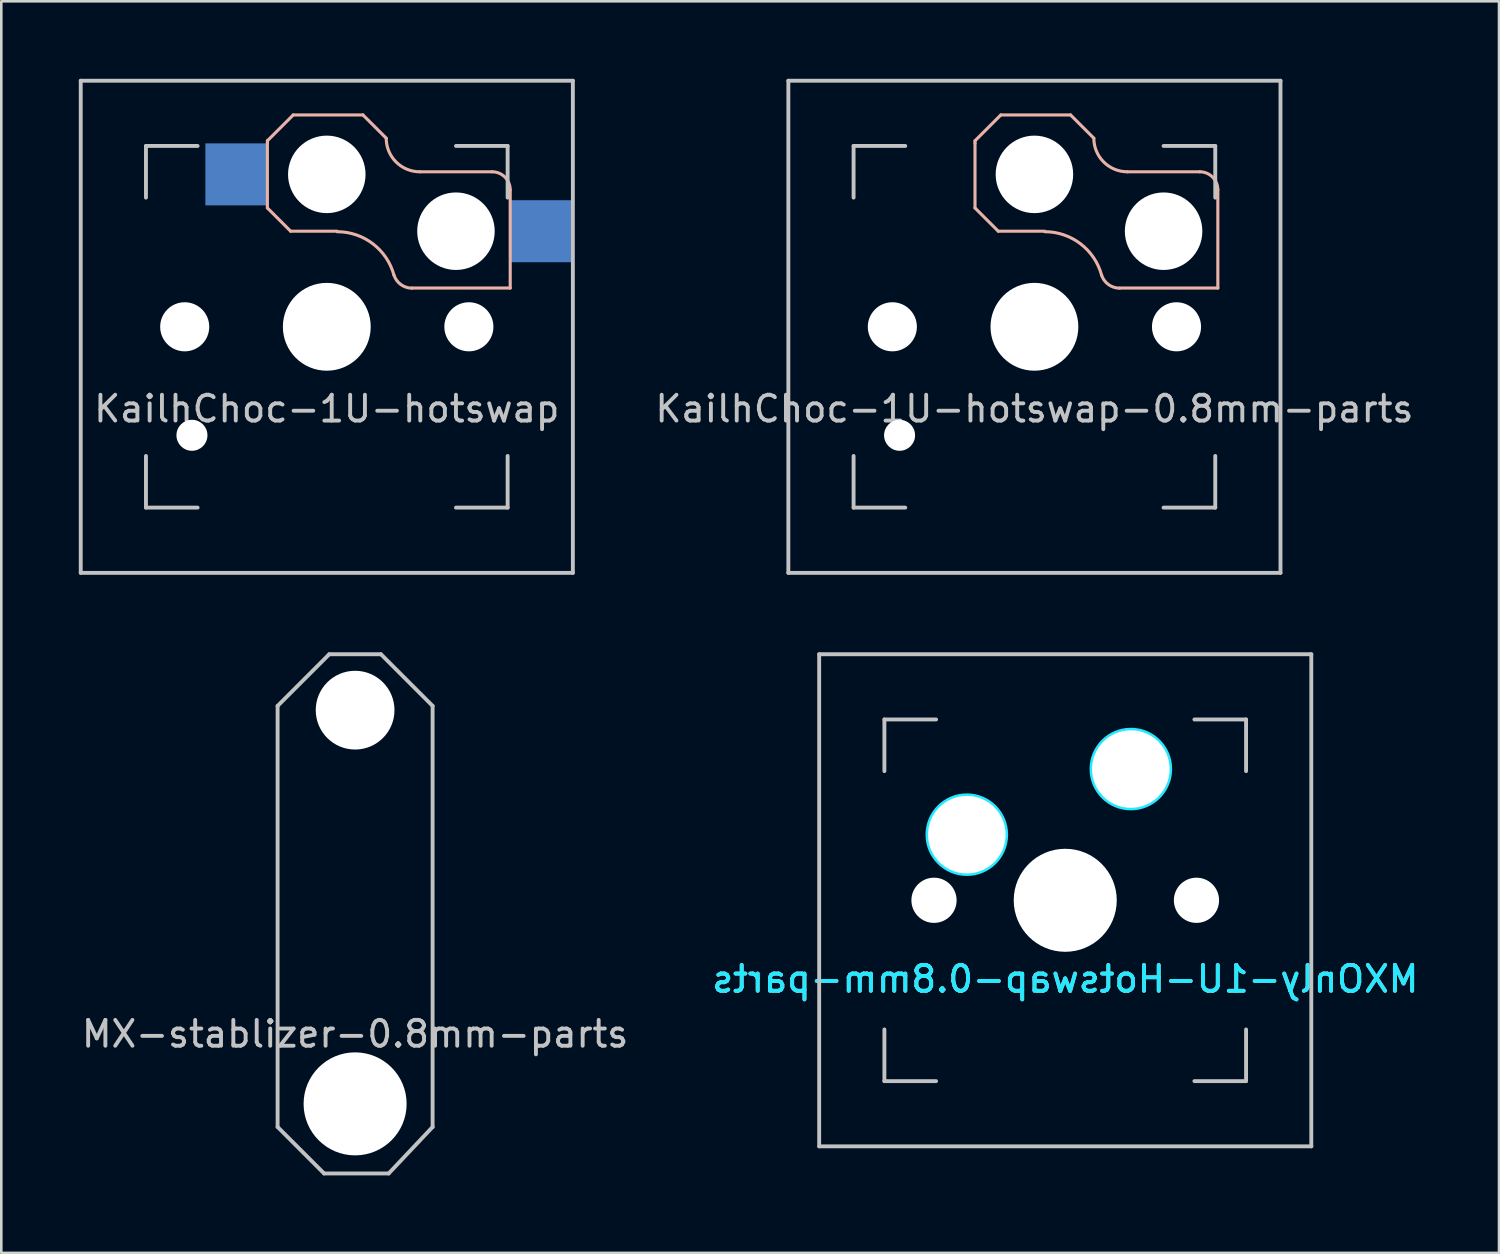
<source format=kicad_pcb>
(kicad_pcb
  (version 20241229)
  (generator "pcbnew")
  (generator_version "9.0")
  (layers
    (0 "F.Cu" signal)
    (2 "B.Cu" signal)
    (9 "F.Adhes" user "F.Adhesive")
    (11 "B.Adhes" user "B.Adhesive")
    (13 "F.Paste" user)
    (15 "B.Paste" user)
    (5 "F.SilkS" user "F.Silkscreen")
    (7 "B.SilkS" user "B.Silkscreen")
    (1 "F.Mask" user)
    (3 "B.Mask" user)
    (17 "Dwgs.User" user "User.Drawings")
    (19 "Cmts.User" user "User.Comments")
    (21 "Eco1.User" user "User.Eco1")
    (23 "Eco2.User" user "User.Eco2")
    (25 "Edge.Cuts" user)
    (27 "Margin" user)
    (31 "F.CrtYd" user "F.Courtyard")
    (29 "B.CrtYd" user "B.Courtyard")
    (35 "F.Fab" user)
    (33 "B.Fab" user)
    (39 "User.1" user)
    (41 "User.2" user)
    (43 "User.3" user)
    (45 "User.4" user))
  (footprint "KailhChoc-1U-hotswap"
    (layer "F.Cu")
    (at 9.6 9.6)
    (property "Reference" "KailhChoc-1U-hotswap" (at 0 3.175 0) (layer "Dwgs.User") (effects (font (size 1 1) (thickness 0.15))))
    (attr through_hole)
    (fp_line (start -2.3 -7.2) (end -1.3 -8.2) (stroke (width 0.12) (type solid)) (layer "B.SilkS"))
    (fp_line (start -2.3 -7.1) (end -2.3 -7.2) (stroke (width 0.12) (type solid)) (layer "B.SilkS"))
    (fp_line (start -2.3 -4.6) (end -2.3 -7.1) (stroke (width 0.12) (type solid)) (layer "B.SilkS"))
    (fp_line (start -1.4 -3.7) (end -2.3 -4.6) (stroke (width 0.12) (type solid)) (layer "B.SilkS"))
    (fp_line (start -1.3 -8.2) (end 1.4 -8.2) (stroke (width 0.12) (type solid)) (layer "B.SilkS"))
    (fp_line (start 0.4 -3.7) (end -1.4 -3.7) (stroke (width 0.12) (type solid)) (layer "B.SilkS"))
    (fp_line (start 1.4 -8.2) (end 2.3 -7.3) (stroke (width 0.12) (type solid)) (layer "B.SilkS"))
    (fp_line (start 3.6 -6) (end 6.4 -6) (stroke (width 0.12) (type solid)) (layer "B.SilkS"))
    (fp_line (start 7.1 -5.3) (end 7.1 -1.5) (stroke (width 0.12) (type solid)) (layer "B.SilkS"))
    (fp_line (start 7.1 -1.5) (end 3.3 -1.5) (stroke (width 0.12) (type solid)) (layer "B.SilkS"))
    (fp_arc (start 0.4 -3.681194) (mid 1.784414 -3.21278) (end 2.6 -2) (stroke (width 0.12) (type solid)) (layer "B.SilkS"))
    (fp_arc (start 3.3 -1.4949) (mid 2.868397 -1.634359) (end 2.6 -2) (stroke (width 0.12) (type solid)) (layer "B.SilkS"))
    (fp_arc (start 3.6 -6) (mid 2.680761 -6.380761) (end 2.3 -7.3) (stroke (width 0.12) (type solid)) (layer "B.SilkS"))
    (fp_arc (start 6.4 -6) (mid 6.894975 -5.794975) (end 7.1 -5.3) (stroke (width 0.12) (type solid)) (layer "B.SilkS"))
    (fp_line (start -9.525 -9.525) (end 9.525 -9.525) (stroke (width 0.15) (type solid)) (layer "Dwgs.User"))
    (fp_line (start -9.525 9.525) (end -9.525 -9.525) (stroke (width 0.15) (type solid)) (layer "Dwgs.User"))
    (fp_line (start -7 -7) (end -7 -5) (stroke (width 0.15) (type solid)) (layer "Dwgs.User"))
    (fp_line (start -7 5) (end -7 7) (stroke (width 0.15) (type solid)) (layer "Dwgs.User"))
    (fp_line (start -7 7) (end -5 7) (stroke (width 0.15) (type solid)) (layer "Dwgs.User"))
    (fp_line (start -5 -7) (end -7 -7) (stroke (width 0.15) (type solid)) (layer "Dwgs.User"))
    (fp_line (start 5 -7) (end 7 -7) (stroke (width 0.15) (type solid)) (layer "Dwgs.User"))
    (fp_line (start 5 7) (end 7 7) (stroke (width 0.15) (type solid)) (layer "Dwgs.User"))
    (fp_line (start 7 -7) (end 7 -5) (stroke (width 0.15) (type solid)) (layer "Dwgs.User"))
    (fp_line (start 7 7) (end 7 5) (stroke (width 0.15) (type solid)) (layer "Dwgs.User"))
    (fp_line (start 9.525 -9.525) (end 9.525 9.525) (stroke (width 0.15) (type solid)) (layer "Dwgs.User"))
    (fp_line (start 9.525 9.525) (end -9.525 9.525) (stroke (width 0.15) (type solid)) (layer "Dwgs.User"))
    (pad "" np_thru_hole circle (at -5.5 0 48.1) (size 1.9 1.9) (drill 1.9) (layers "*.Cu" "*.Mask"))
    (pad "" np_thru_hole circle (at -5.22 4.2) (size 1.2 1.2) (drill 1.2) (layers "*.Cu" "*.Mask"))
    (pad "" np_thru_hole circle (at 0 -5.9) (size 3 3) (drill 3) (layers "*.Cu" "*.Mask"))
    (pad "" np_thru_hole circle (at 0 0) (size 3.4 3.4) (drill 3.4) (layers "*.Cu" "*.Mask"))
    (pad "" np_thru_hole circle (at 5 -3.7) (size 3 3) (drill 3) (layers "*.Cu" "*.Mask"))
    (pad "" np_thru_hole circle (at 5.5 0 48.1) (size 1.9 1.9) (drill 1.9) (layers "*.Cu" "*.Mask"))
    (pad "1" smd rect (at 8.3 -3.7) (size 2.4 2.4) (layers "B.Cu" "B.Mask" "B.Paste"))
    (pad "2" smd rect (at -3.5 -5.9) (size 2.4 2.4) (layers "B.Cu" "B.Mask" "B.Paste")))
  (footprint "MXOnly-1U-Hotswap-0.8mm-parts"
    (layer "F.Cu")
    (at 38.185 31.8)
    (property "Reference" "MXOnly-1U-Hotswap-0.8mm-parts" (at 0 3.048 0) (layer "B.CrtYd") (effects (font (size 1 1) (thickness 0.15)) (justify mirror)))
    (attr smd)
    (fp_line (start -9.525 -9.525) (end 9.525 -9.525) (stroke (width 0.15) (type solid)) (layer "Dwgs.User"))
    (fp_line (start -9.525 9.525) (end -9.525 -9.525) (stroke (width 0.15) (type solid)) (layer "Dwgs.User"))
    (fp_line (start -7 -7) (end -7 -5) (stroke (width 0.15) (type solid)) (layer "Dwgs.User"))
    (fp_line (start -7 5) (end -7 7) (stroke (width 0.15) (type solid)) (layer "Dwgs.User"))
    (fp_line (start -7 7) (end -5 7) (stroke (width 0.15) (type solid)) (layer "Dwgs.User"))
    (fp_line (start -5 -7) (end -7 -7) (stroke (width 0.15) (type solid)) (layer "Dwgs.User"))
    (fp_line (start 5 -7) (end 7 -7) (stroke (width 0.15) (type solid)) (layer "Dwgs.User"))
    (fp_line (start 5 7) (end 7 7) (stroke (width 0.15) (type solid)) (layer "Dwgs.User"))
    (fp_line (start 7 -7) (end 7 -5) (stroke (width 0.15) (type solid)) (layer "Dwgs.User"))
    (fp_line (start 7 7) (end 7 5) (stroke (width 0.15) (type solid)) (layer "Dwgs.User"))
    (fp_line (start 9.525 -9.525) (end 9.525 9.525) (stroke (width 0.15) (type solid)) (layer "Dwgs.User"))
    (fp_line (start 9.525 9.525) (end -9.525 9.525) (stroke (width 0.15) (type solid)) (layer "Dwgs.User"))
    (fp_circle (center -3.81 -2.54) (end -3.81 -4.064) (stroke (width 0.15) (type solid)) (fill no) (layer "B.CrtYd"))
    (fp_circle (center 2.54 -5.08) (end 2.54 -6.604) (stroke (width 0.15) (type solid)) (fill no) (layer "B.CrtYd"))
    (fp_text user "${REFERENCE}" (at 0 3.048 0) (layer "B.SilkS") (effects (font (size 1 1) (thickness 0.15)) (justify mirror)))
    (pad "" np_thru_hole circle (at -5.08 0 48.1) (size 1.75 1.75) (drill 1.75) (layers "*.Cu" "*.Mask"))
    (pad "" np_thru_hole circle (at -3.81 -2.54) (size 3 3) (drill 3) (layers "*.Cu" "*.Mask"))
    (pad "" np_thru_hole circle (at 0 0) (size 3.988 3.988) (drill 3.988) (layers "*.Cu" "*.Mask"))
    (pad "" np_thru_hole circle (at 2.54 -5.08) (size 3 3) (drill 3) (layers "*.Cu" "*.Mask"))
    (pad "" np_thru_hole circle (at 5.08 0 48.1) (size 1.75 1.75) (drill 1.75) (layers "*.Cu" "*.Mask")))
  (footprint "KailhChoc-1U-hotswap-0.8mm-parts"
    (layer "F.Cu")
    (at 36.992 9.6)
    (property "Reference" "KailhChoc-1U-hotswap-0.8mm-parts" (at 0 3.175 0) (layer "Dwgs.User") (effects (font (size 1 1) (thickness 0.15))))
    (attr through_hole)
    (fp_line (start -2.3 -7.2) (end -1.3 -8.2) (stroke (width 0.12) (type solid)) (layer "B.SilkS"))
    (fp_line (start -2.3 -7.1) (end -2.3 -7.2) (stroke (width 0.12) (type solid)) (layer "B.SilkS"))
    (fp_line (start -2.3 -4.6) (end -2.3 -7.1) (stroke (width 0.12) (type solid)) (layer "B.SilkS"))
    (fp_line (start -1.4 -3.7) (end -2.3 -4.6) (stroke (width 0.12) (type solid)) (layer "B.SilkS"))
    (fp_line (start -1.3 -8.2) (end 1.4 -8.2) (stroke (width 0.12) (type solid)) (layer "B.SilkS"))
    (fp_line (start 0.4 -3.7) (end -1.4 -3.7) (stroke (width 0.12) (type solid)) (layer "B.SilkS"))
    (fp_line (start 1.4 -8.2) (end 2.3 -7.3) (stroke (width 0.12) (type solid)) (layer "B.SilkS"))
    (fp_line (start 3.6 -6) (end 6.4 -6) (stroke (width 0.12) (type solid)) (layer "B.SilkS"))
    (fp_line (start 7.1 -5.3) (end 7.1 -1.5) (stroke (width 0.12) (type solid)) (layer "B.SilkS"))
    (fp_line (start 7.1 -1.5) (end 3.3 -1.5) (stroke (width 0.12) (type solid)) (layer "B.SilkS"))
    (fp_arc (start 0.4 -3.681194) (mid 1.784414 -3.21278) (end 2.6 -2) (stroke (width 0.12) (type solid)) (layer "B.SilkS"))
    (fp_arc (start 3.3 -1.4949) (mid 2.868397 -1.634359) (end 2.6 -2) (stroke (width 0.12) (type solid)) (layer "B.SilkS"))
    (fp_arc (start 3.6 -6) (mid 2.680761 -6.380761) (end 2.3 -7.3) (stroke (width 0.12) (type solid)) (layer "B.SilkS"))
    (fp_arc (start 6.4 -6) (mid 6.894975 -5.794975) (end 7.1 -5.3) (stroke (width 0.12) (type solid)) (layer "B.SilkS"))
    (fp_line (start -9.525 -9.525) (end 9.525 -9.525) (stroke (width 0.15) (type solid)) (layer "Dwgs.User"))
    (fp_line (start -9.525 9.525) (end -9.525 -9.525) (stroke (width 0.15) (type solid)) (layer "Dwgs.User"))
    (fp_line (start -7 -7) (end -7 -5) (stroke (width 0.15) (type solid)) (layer "Dwgs.User"))
    (fp_line (start -7 5) (end -7 7) (stroke (width 0.15) (type solid)) (layer "Dwgs.User"))
    (fp_line (start -7 7) (end -5 7) (stroke (width 0.15) (type solid)) (layer "Dwgs.User"))
    (fp_line (start -5 -7) (end -7 -7) (stroke (width 0.15) (type solid)) (layer "Dwgs.User"))
    (fp_line (start 5 -7) (end 7 -7) (stroke (width 0.15) (type solid)) (layer "Dwgs.User"))
    (fp_line (start 5 7) (end 7 7) (stroke (width 0.15) (type solid)) (layer "Dwgs.User"))
    (fp_line (start 7 -7) (end 7 -5) (stroke (width 0.15) (type solid)) (layer "Dwgs.User"))
    (fp_line (start 7 7) (end 7 5) (stroke (width 0.15) (type solid)) (layer "Dwgs.User"))
    (fp_line (start 9.525 -9.525) (end 9.525 9.525) (stroke (width 0.15) (type solid)) (layer "Dwgs.User"))
    (fp_line (start 9.525 9.525) (end -9.525 9.525) (stroke (width 0.15) (type solid)) (layer "Dwgs.User"))
    (pad "" np_thru_hole circle (at -5.5 0 48.1) (size 1.9 1.9) (drill 1.9) (layers "*.Cu" "*.Mask"))
    (pad "" np_thru_hole circle (at -5.22 4.2) (size 1.2 1.2) (drill 1.2) (layers "*.Cu" "*.Mask"))
    (pad "" np_thru_hole circle (at 0 -5.9) (size 3 3) (drill 3) (layers "*.Cu" "*.Mask"))
    (pad "" np_thru_hole circle (at 0 0) (size 3.4 3.4) (drill 3.4) (layers "*.Cu" "*.Mask"))
    (pad "" np_thru_hole circle (at 5 -3.7) (size 3 3) (drill 3) (layers "*.Cu" "*.Mask"))
    (pad "" np_thru_hole circle (at 5.5 0 48.1) (size 1.9 1.9) (drill 1.9) (layers "*.Cu" "*.Mask")))
  (footprint "MX-stablizer-0.8mm-parts"
    (layer "F.Cu")
    (at 10.696 32.475)
    (property "Reference" "MX-stablizer-0.8mm-parts" (at 0 4.5 0) (layer "Dwgs.User") (effects (font (size 1 1) (thickness 0.15))))
    (attr through_hole)
    (fp_line (start -3 -8.2) (end -3 8.1) (stroke (width 0.15) (type solid)) (layer "Dwgs.User"))
    (fp_line (start -3 -8.2) (end -1 -10.2) (stroke (width 0.15) (type solid)) (layer "Dwgs.User"))
    (fp_line (start -1.2 9.9) (end -3 8.1) (stroke (width 0.15) (type solid)) (layer "Dwgs.User"))
    (fp_line (start -1.2 9.9) (end 1.3 9.9) (stroke (width 0.15) (type solid)) (layer "Dwgs.User"))
    (fp_line (start -1 -10.2) (end 1 -10.2) (stroke (width 0.15) (type solid)) (layer "Dwgs.User"))
    (fp_line (start 1 -10.2) (end 3 -8.2) (stroke (width 0.15) (type solid)) (layer "Dwgs.User"))
    (fp_line (start 1.3 9.9) (end 3 8.1) (stroke (width 0.15) (type solid)) (layer "Dwgs.User"))
    (fp_line (start 3 -8.2) (end 3 8.1) (stroke (width 0.15) (type solid)) (layer "Dwgs.User"))
    (pad "" np_thru_hole circle (at 0 -8.035) (size 3.048 3.048) (drill 3.048) (layers "*.Cu" "*.Mask"))
    (pad "" np_thru_hole circle (at 0 7.205) (size 3.988 3.988) (drill 3.988) (layers "*.Cu" "*.Mask")))
  (gr_rect
    (start -3 -3)
    (end 54.976 45.45)
    (stroke (width 0.1) (type default))
    (fill no)
    (layer "Edge.Cuts")))
</source>
